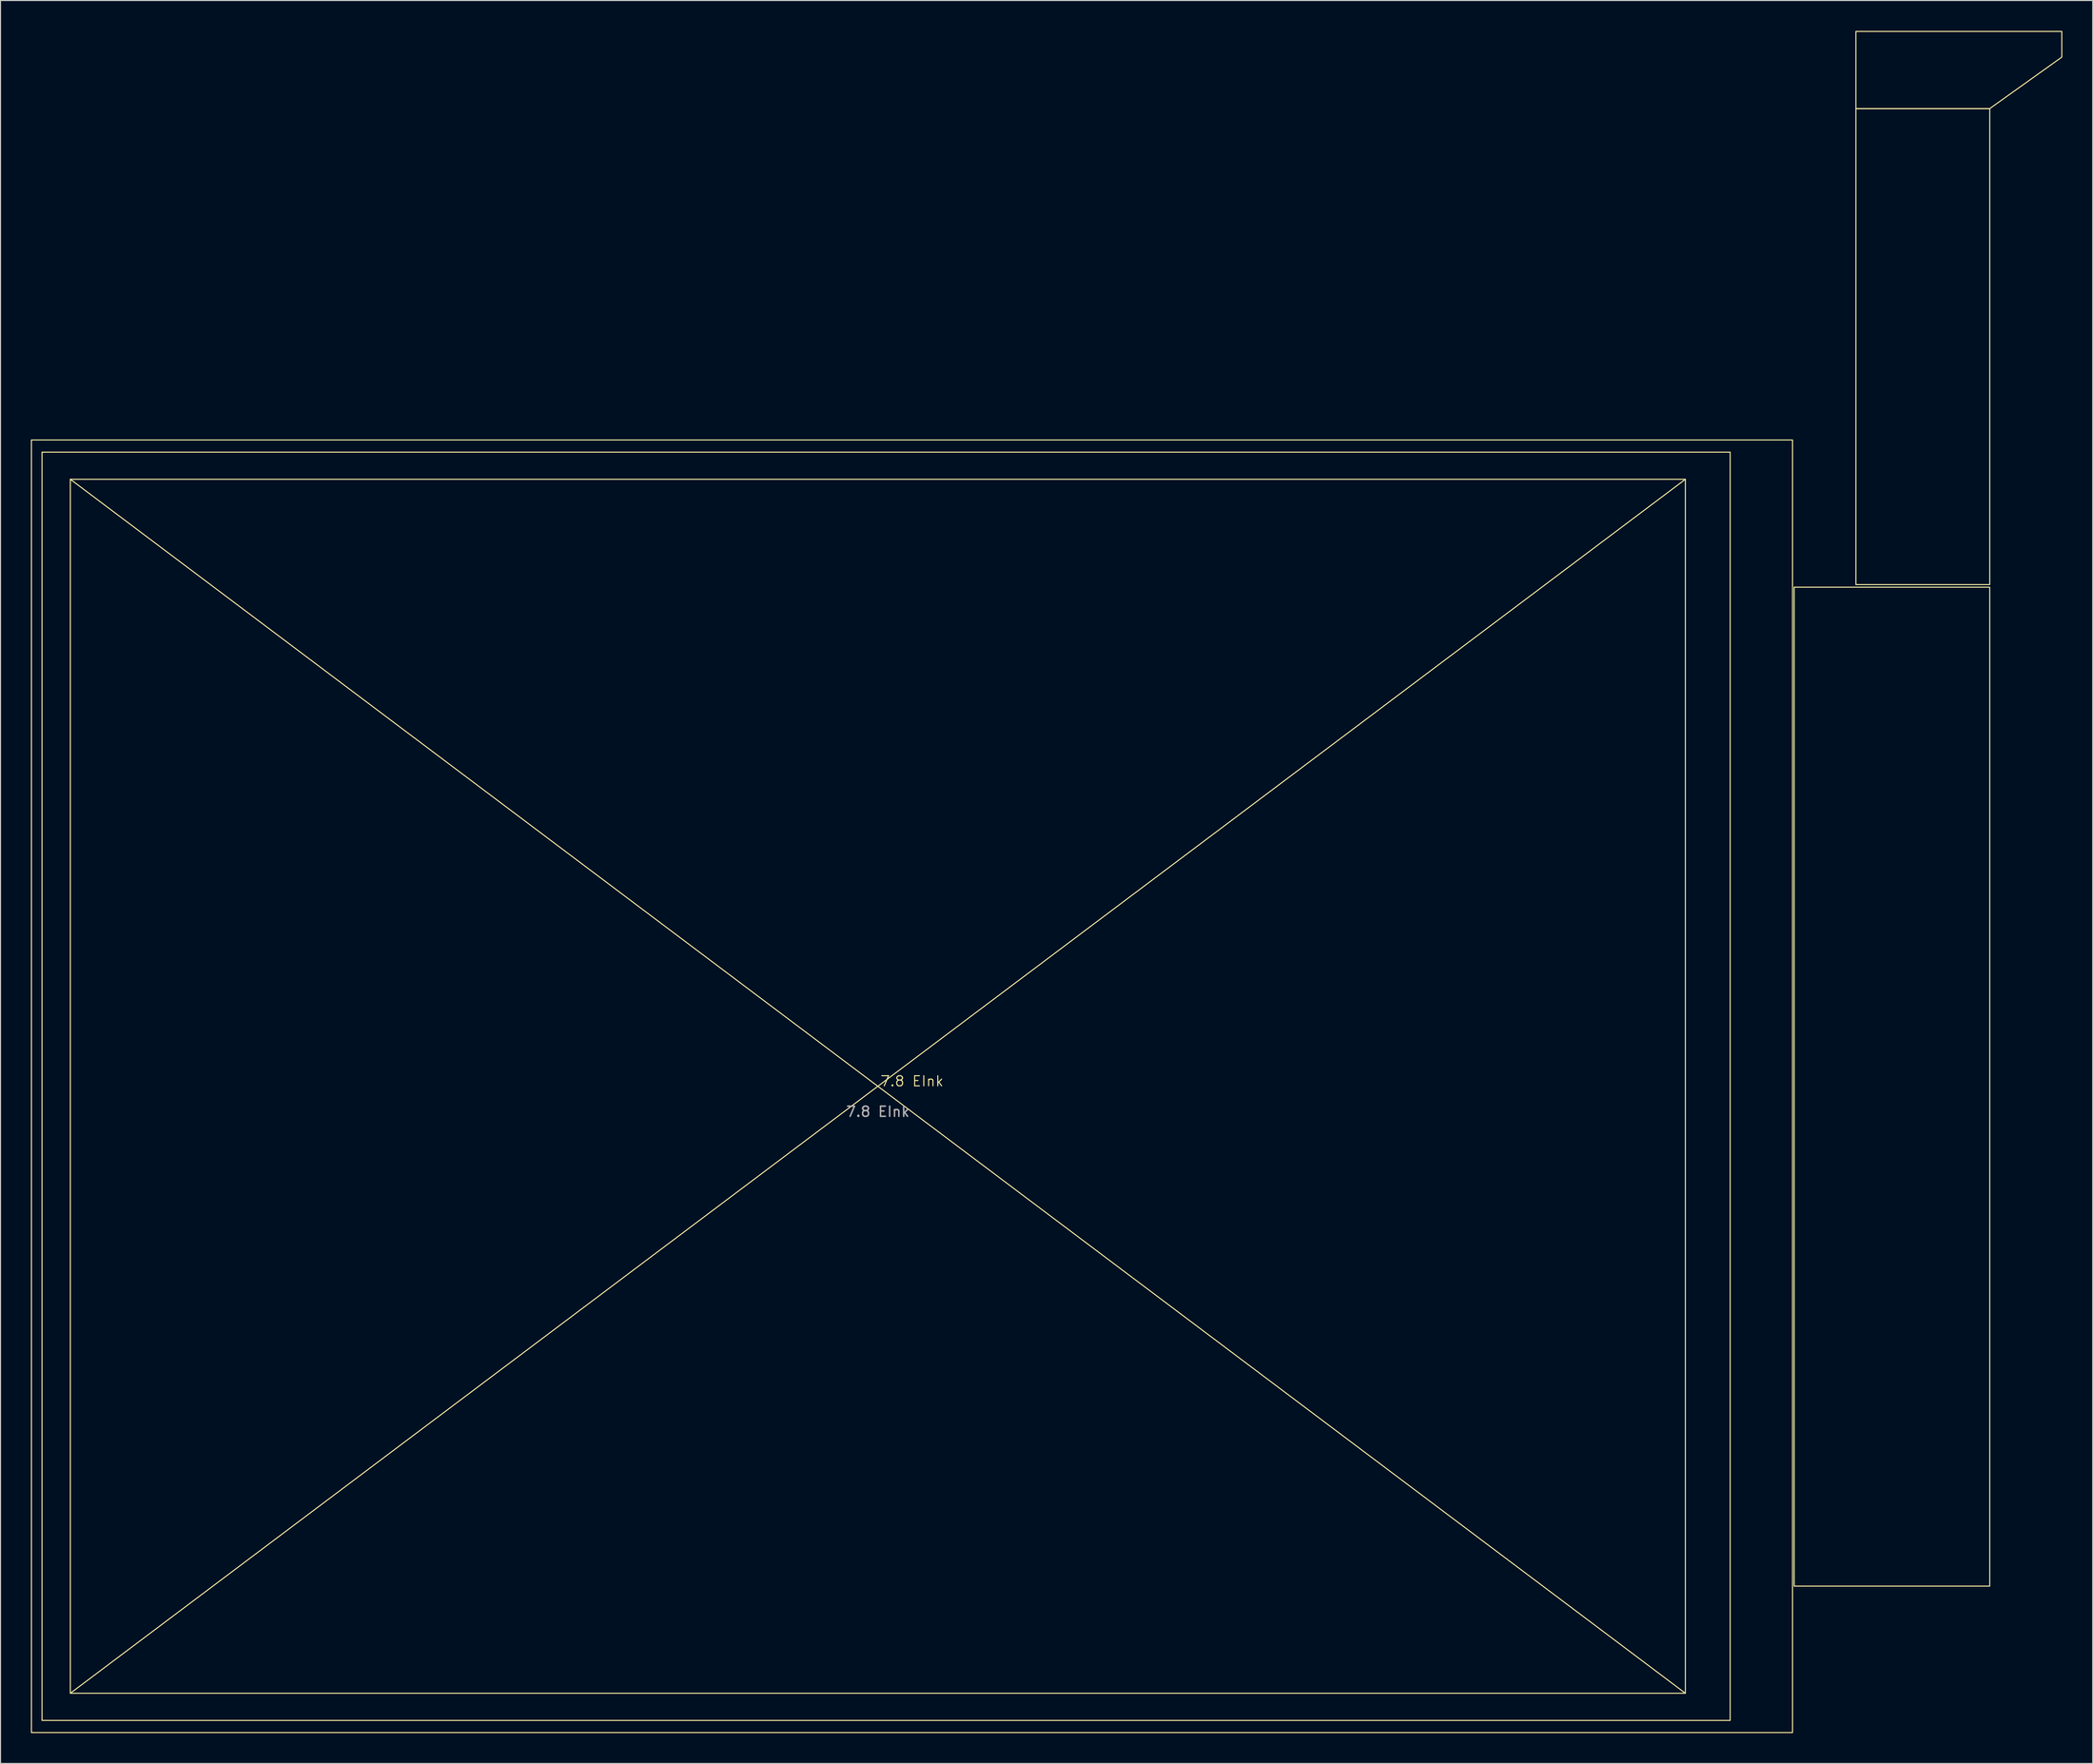
<source format=kicad_pcb>
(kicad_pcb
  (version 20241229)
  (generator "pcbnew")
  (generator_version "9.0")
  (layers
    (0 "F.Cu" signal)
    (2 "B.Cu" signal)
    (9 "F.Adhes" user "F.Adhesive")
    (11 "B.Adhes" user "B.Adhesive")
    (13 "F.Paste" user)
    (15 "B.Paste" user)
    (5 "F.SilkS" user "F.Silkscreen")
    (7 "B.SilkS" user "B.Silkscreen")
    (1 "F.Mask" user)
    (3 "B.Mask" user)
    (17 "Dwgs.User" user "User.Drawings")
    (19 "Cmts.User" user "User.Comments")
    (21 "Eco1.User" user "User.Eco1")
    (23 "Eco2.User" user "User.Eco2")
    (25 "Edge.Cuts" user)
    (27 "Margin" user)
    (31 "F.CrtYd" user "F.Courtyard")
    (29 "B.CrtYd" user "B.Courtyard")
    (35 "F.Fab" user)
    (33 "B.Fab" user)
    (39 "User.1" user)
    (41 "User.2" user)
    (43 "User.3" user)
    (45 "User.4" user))
  (footprint "7.8 EInk"
    (layer "F.Cu")
    (at 83.584 104.19)
    (property "Reference" "7.8 EInk" (at 3.366 -0.508 0) (unlocked yes) (layer "F.SilkS") (effects (font (size 1 1) (thickness 0.1))))
    (attr smd)
    (fp_line (start -79.692 59.911) (end 79.692 -59.927) (stroke (width 0.1) (type default)) (layer "F.SilkS"))
    (fp_line (start 79.692 59.911) (end -79.692 -59.927) (stroke (width 0.1) (type default)) (layer "F.SilkS"))
    (fp_rect (start -83.534 -63.808) (end 90.266 63.792) (stroke (width 0.1) (type default)) (fill no) (layer "F.SilkS"))
    (fp_rect (start -82.486 -62.608) (end 84.114 62.592) (stroke (width 0.1) (type default)) (fill no) (layer "F.SilkS"))
    (fp_rect (start -79.692 -59.927) (end 79.692 59.911) (stroke (width 0.1) (type default)) (fill no) (layer "F.SilkS"))
    (fp_rect (start 90.428 -49.276) (end 109.728 49.334) (stroke (width 0.1) (type default)) (fill no) (layer "F.SilkS"))
    (fp_rect (start 96.52 -96.52) (end 109.728 -49.53) (stroke (width 0.1) (type default)) (fill no) (layer "F.SilkS"))
    (fp_poly (pts (xy 109.728 -96.52) (xy 96.52 -96.52) (xy 96.52 -104.14) (xy 116.84 -104.14) (xy 116.84 -101.6)) (stroke (width 0.1) (type solid)) (fill no) (layer "F.SilkS"))
    (fp_text user "${REFERENCE}" (at 0 2.5 0) (unlocked yes) (layer "F.Fab") (effects (font (size 1 1) (thickness 0.15)))))
  (gr_rect
    (start -3 -3)
    (end 203.474 171.032)
    (stroke (width 0.1) (type default))
    (fill no)
    (layer "Edge.Cuts")))
</source>
